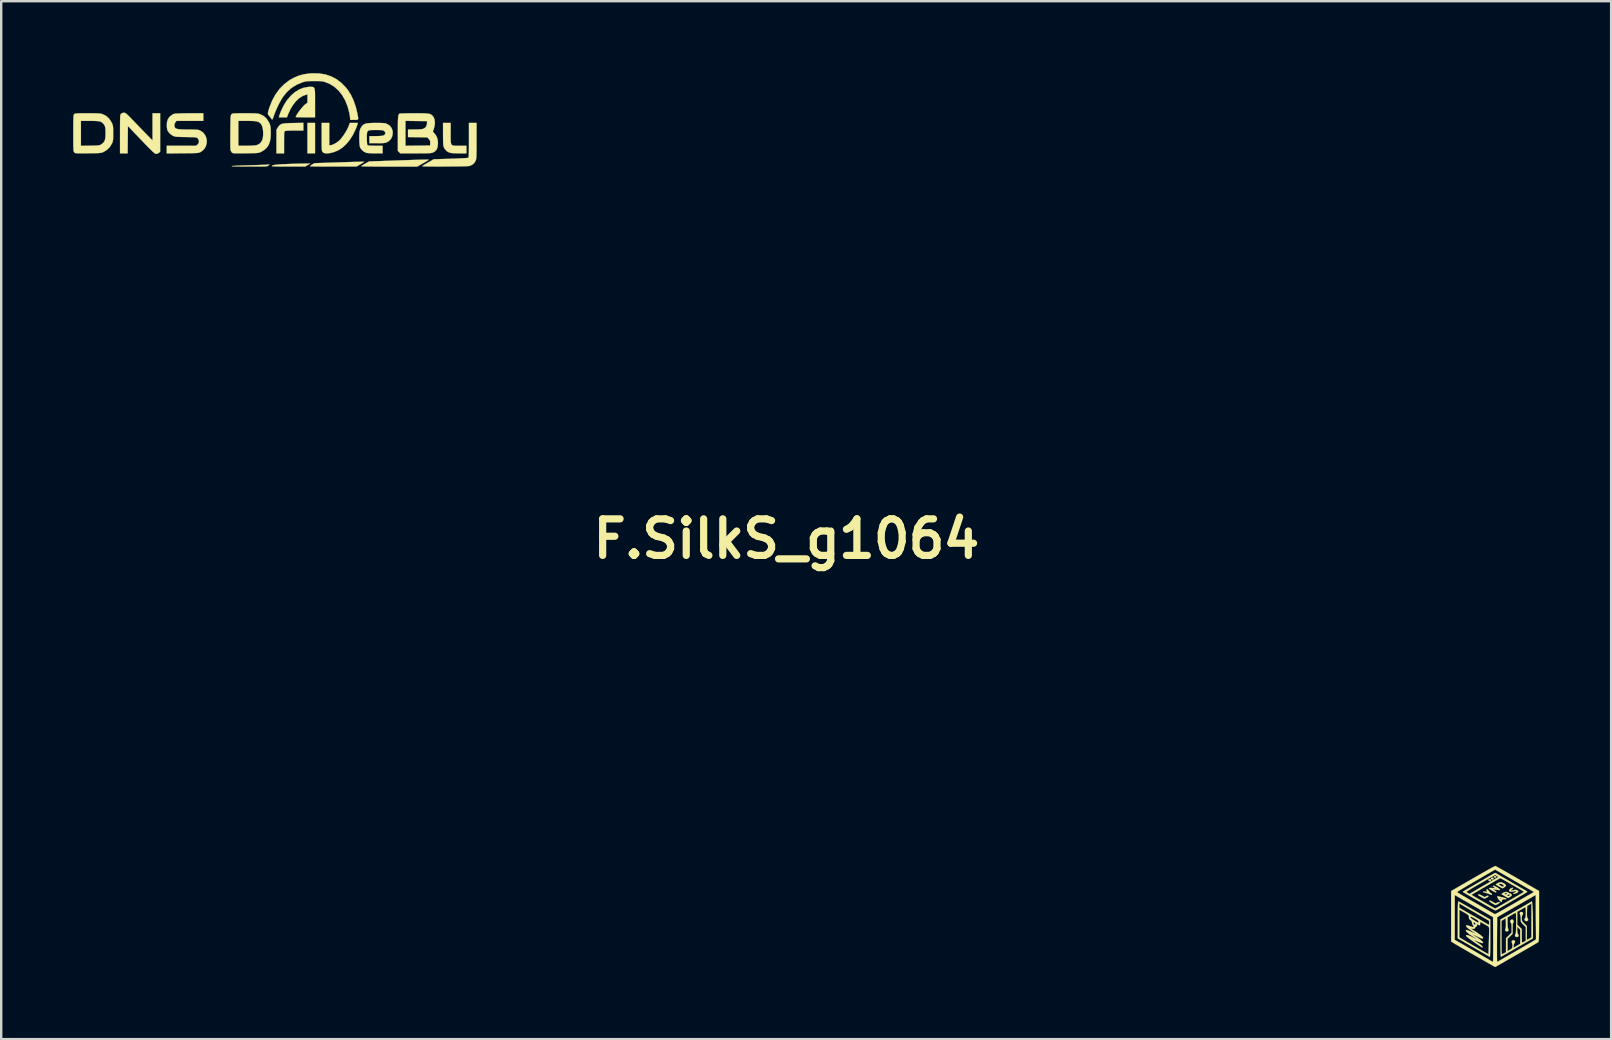
<source format=kicad_pcb>
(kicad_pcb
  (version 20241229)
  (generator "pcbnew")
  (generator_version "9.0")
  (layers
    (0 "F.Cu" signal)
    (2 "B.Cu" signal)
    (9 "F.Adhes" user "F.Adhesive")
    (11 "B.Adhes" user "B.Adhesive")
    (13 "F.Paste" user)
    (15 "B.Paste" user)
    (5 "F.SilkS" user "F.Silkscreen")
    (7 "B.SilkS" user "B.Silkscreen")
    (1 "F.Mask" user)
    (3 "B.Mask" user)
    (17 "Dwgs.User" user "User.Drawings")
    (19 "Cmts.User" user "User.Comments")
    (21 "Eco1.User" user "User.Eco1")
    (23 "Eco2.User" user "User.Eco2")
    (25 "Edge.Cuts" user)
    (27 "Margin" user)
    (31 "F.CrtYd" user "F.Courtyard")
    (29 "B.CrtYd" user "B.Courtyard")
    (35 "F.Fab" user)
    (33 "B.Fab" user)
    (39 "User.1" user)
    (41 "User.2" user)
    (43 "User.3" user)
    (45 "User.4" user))
  (footprint "F.SilkS_g1064"
    (layer "F.Cu")
    (at 29.723 19.408)
    (property "Reference" "F.SilkS_g1064" (at 0 0 0) (layer "F.SilkS") (effects (font (size 1.524 1.524) (thickness 0.3))))
    (attr through_hole)
    (fp_poly (pts (xy -19.643 -16.066) (xy -19.96 -16.066) (xy -19.96 -17.335) (xy -19.643 -17.335) (xy -19.643 -16.066)) (stroke (width 0.01) (type solid)) (fill yes) (layer "F.SilkS"))
    (fp_poly (pts (xy 29.581 14.066) (xy 29.591 14.086) (xy 29.573 14.112) (xy 29.538 14.118) (xy 29.496 14.107) (xy 29.485 14.086) (xy 29.504 14.061) (xy 29.538 14.055) (xy 29.581 14.066)) (stroke (width 0.01) (type solid)) (fill yes) (layer "F.SilkS"))
    (fp_poly (pts (xy 29.357 14.193) (xy 29.373 14.219) (xy 29.357 14.246) (xy 29.356 14.247) (xy 29.324 14.264) (xy 29.316 14.266) (xy 29.291 14.256) (xy 29.276 14.247) (xy 29.258 14.22) (xy 29.273 14.194) (xy 29.314 14.182) (xy 29.316 14.182) (xy 29.357 14.193)) (stroke (width 0.01) (type solid)) (fill yes) (layer "F.SilkS"))
    (fp_poly (pts (xy 29.463 14.13) (xy 29.479 14.155) (xy 29.463 14.183) (xy 29.461 14.184) (xy 29.43 14.2) (xy 29.422 14.202) (xy 29.397 14.192) (xy 29.382 14.184) (xy 29.364 14.157) (xy 29.379 14.131) (xy 29.419 14.118) (xy 29.422 14.118) (xy 29.463 14.13)) (stroke (width 0.01) (type solid)) (fill yes) (layer "F.SilkS"))
    (fp_poly (pts (xy 28.925 14.836) (xy 28.978 14.863) (xy 29.104 14.932) (xy 29.169 14.893) (xy 29.219 14.872) (xy 29.253 14.872) (xy 29.263 14.888) (xy 29.242 14.916) (xy 29.227 14.927) (xy 29.161 14.967) (xy 29.114 14.986) (xy 29.071 14.983) (xy 29.015 14.957) (xy 28.966 14.929) (xy 28.894 14.887) (xy 28.852 14.86) (xy 28.833 14.844) (xy 28.83 14.833) (xy 28.838 14.82) (xy 28.839 14.818) (xy 28.866 14.813) (xy 28.925 14.836)) (stroke (width 0.01) (type solid)) (fill yes) (layer "F.SilkS"))
    (fp_poly (pts (xy -19.844 -15.641) (xy -20.055 -15.516) (xy -20.749 -15.516) (xy -20.915 -15.516) (xy -21.067 -15.517) (xy -21.2 -15.52) (xy -21.309 -15.523) (xy -21.388 -15.526) (xy -21.433 -15.53) (xy -21.442 -15.533) (xy -21.432 -15.552) (xy -21.402 -15.569) (xy -21.347 -15.582) (xy -21.263 -15.594) (xy -21.148 -15.604) (xy -20.998 -15.613) (xy -20.81 -15.621) (xy -20.65 -15.627) (xy -20.49 -15.632) (xy -20.339 -15.637) (xy -20.207 -15.64) (xy -20.104 -15.641) (xy -20.066 -15.641) (xy -19.844 -15.641)) (stroke (width 0.01) (type solid)) (fill yes) (layer "F.SilkS"))
    (fp_poly (pts (xy 29.348 15.081) (xy 29.401 15.108) (xy 29.45 15.136) (xy 29.511 15.172) (xy 29.549 15.188) (xy 29.579 15.186) (xy 29.613 15.169) (xy 29.614 15.168) (xy 29.67 15.143) (xy 29.715 15.135) (xy 29.738 15.146) (xy 29.739 15.151) (xy 29.722 15.17) (xy 29.682 15.199) (xy 29.631 15.23) (xy 29.584 15.253) (xy 29.556 15.261) (xy 29.53 15.251) (xy 29.479 15.224) (xy 29.423 15.192) (xy 29.353 15.145) (xy 29.309 15.106) (xy 29.296 15.08) (xy 29.316 15.071) (xy 29.317 15.071) (xy 29.348 15.081)) (stroke (width 0.01) (type solid)) (fill yes) (layer "F.SilkS"))
    (fp_poly (pts (xy -20.13 -17.018) (xy -20.491 -17.018) (xy -20.621 -17.017) (xy -20.734 -17.013) (xy -20.822 -17.008) (xy -20.878 -17.001) (xy -20.893 -16.996) (xy -20.906 -16.987) (xy -20.917 -16.971) (xy -20.924 -16.943) (xy -20.929 -16.898) (xy -20.932 -16.83) (xy -20.933 -16.734) (xy -20.934 -16.604) (xy -20.934 -16.52) (xy -20.934 -16.066) (xy -21.251 -16.066) (xy -21.251 -17.052) (xy -21.191 -17.148) (xy -21.153 -17.202) (xy -21.114 -17.245) (xy -21.067 -17.276) (xy -21.008 -17.299) (xy -20.928 -17.314) (xy -20.824 -17.323) (xy -20.688 -17.329) (xy -20.548 -17.331) (xy -20.13 -17.338) (xy -20.13 -17.018)) (stroke (width 0.01) (type solid)) (fill yes) (layer "F.SilkS"))
    (fp_poly (pts (xy -17.595 -15.717) (xy -17.594 -15.717) (xy -17.607 -15.704) (xy -17.65 -15.675) (xy -17.714 -15.635) (xy -17.752 -15.613) (xy -17.918 -15.516) (xy -18.886 -15.516) (xy -19.084 -15.516) (xy -19.268 -15.517) (xy -19.435 -15.518) (xy -19.579 -15.52) (xy -19.697 -15.522) (xy -19.785 -15.525) (xy -19.839 -15.528) (xy -19.854 -15.531) (xy -19.837 -15.55) (xy -19.794 -15.582) (xy -19.762 -15.602) (xy -19.671 -15.657) (xy -18.637 -15.691) (xy -18.432 -15.698) (xy -18.24 -15.704) (xy -18.065 -15.709) (xy -17.912 -15.713) (xy -17.784 -15.716) (xy -17.686 -15.718) (xy -17.621 -15.718) (xy -17.595 -15.717)) (stroke (width 0.01) (type solid)) (fill yes) (layer "F.SilkS"))
    (fp_poly (pts (xy 29.253 14.631) (xy 29.274 14.669) (xy 29.312 14.726) (xy 29.362 14.766) (xy 29.4 14.793) (xy 29.411 14.816) (xy 29.411 14.818) (xy 29.399 14.831) (xy 29.381 14.834) (xy 29.346 14.823) (xy 29.284 14.799) (xy 29.273 14.794) (xy 29.197 14.767) (xy 29.119 14.746) (xy 29.098 14.742) (xy 29.049 14.729) (xy 29.03 14.712) (xy 29.032 14.708) (xy 29.061 14.697) (xy 29.118 14.699) (xy 29.129 14.701) (xy 29.182 14.708) (xy 29.202 14.704) (xy 29.197 14.683) (xy 29.191 14.673) (xy 29.179 14.635) (xy 29.183 14.618) (xy 29.218 14.605) (xy 29.253 14.631)) (stroke (width 0.01) (type solid)) (fill yes) (layer "F.SilkS"))
    (fp_poly (pts (xy -13.991 -16.892) (xy -13.992 -16.732) (xy -13.99 -16.61) (xy -13.984 -16.52) (xy -13.969 -16.457) (xy -13.941 -16.417) (xy -13.897 -16.395) (xy -13.833 -16.385) (xy -13.746 -16.382) (xy -13.631 -16.383) (xy -13.616 -16.383) (xy -13.335 -16.383) (xy -13.335 -16.066) (xy -13.647 -16.066) (xy -13.814 -16.07) (xy -13.939 -16.078) (xy -14.022 -16.091) (xy -14.041 -16.096) (xy -14.152 -16.156) (xy -14.235 -16.248) (xy -14.269 -16.309) (xy -14.282 -16.341) (xy -14.291 -16.38) (xy -14.299 -16.429) (xy -14.303 -16.497) (xy -14.306 -16.588) (xy -14.308 -16.71) (xy -14.308 -16.865) (xy -14.309 -17.335) (xy -13.991 -17.335) (xy -13.991 -16.892)) (stroke (width 0.01) (type solid)) (fill yes) (layer "F.SilkS"))
    (fp_poly (pts (xy -21.587 -15.559) (xy -21.602 -15.547) (xy -21.619 -15.538) (xy -21.643 -15.531) (xy -21.68 -15.525) (xy -21.732 -15.521) (xy -21.804 -15.519) (xy -21.902 -15.517) (xy -22.028 -15.516) (xy -22.188 -15.516) (xy -22.385 -15.516) (xy -22.391 -15.516) (xy -22.567 -15.516) (xy -22.725 -15.518) (xy -22.862 -15.52) (xy -22.974 -15.523) (xy -23.056 -15.527) (xy -23.104 -15.53) (xy -23.114 -15.534) (xy -23.085 -15.54) (xy -23.02 -15.545) (xy -22.924 -15.551) (xy -22.803 -15.557) (xy -22.664 -15.562) (xy -22.521 -15.566) (xy -22.358 -15.57) (xy -22.195 -15.575) (xy -22.043 -15.58) (xy -21.91 -15.584) (xy -21.804 -15.589) (xy -21.749 -15.591) (xy -21.537 -15.603) (xy -21.587 -15.559)) (stroke (width 0.01) (type solid)) (fill yes) (layer "F.SilkS"))
    (fp_poly (pts (xy 29.713 14.908) (xy 29.811 14.931) (xy 29.942 14.967) (xy 29.978 14.978) (xy 30.004 14.995) (xy 29.998 15.013) (xy 29.968 15.022) (xy 29.938 15.019) (xy 29.881 15.019) (xy 29.837 15.041) (xy 29.817 15.079) (xy 29.819 15.095) (xy 29.819 15.129) (xy 29.799 15.133) (xy 29.762 15.109) (xy 29.714 15.06) (xy 29.689 15.029) (xy 29.659 14.986) (xy 29.739 14.986) (xy 29.756 15.005) (xy 29.772 15.007) (xy 29.794 14.997) (xy 29.792 14.986) (xy 29.765 14.966) (xy 29.759 14.965) (xy 29.74 14.981) (xy 29.739 14.986) (xy 29.659 14.986) (xy 29.649 14.971) (xy 29.625 14.925) (xy 29.621 14.904) (xy 29.648 14.898) (xy 29.713 14.908)) (stroke (width 0.01) (type solid)) (fill yes) (layer "F.SilkS"))
    (fp_poly (pts (xy 30.289 14.552) (xy 30.28 14.576) (xy 30.245 14.605) (xy 30.234 14.612) (xy 30.2 14.638) (xy 30.202 14.655) (xy 30.233 14.659) (xy 30.279 14.647) (xy 30.353 14.629) (xy 30.419 14.631) (xy 30.469 14.647) (xy 30.497 14.674) (xy 30.5 14.707) (xy 30.469 14.742) (xy 30.428 14.765) (xy 30.357 14.789) (xy 30.308 14.794) (xy 30.29 14.78) (xy 30.29 14.779) (xy 30.307 14.761) (xy 30.35 14.74) (xy 30.353 14.738) (xy 30.397 14.714) (xy 30.416 14.69) (xy 30.409 14.675) (xy 30.373 14.677) (xy 30.369 14.678) (xy 30.263 14.704) (xy 30.184 14.706) (xy 30.135 14.686) (xy 30.12 14.647) (xy 30.138 14.612) (xy 30.18 14.575) (xy 30.232 14.548) (xy 30.267 14.541) (xy 30.289 14.552)) (stroke (width 0.01) (type solid)) (fill yes) (layer "F.SilkS"))
    (fp_poly (pts (xy -14.942 -15.807) (xy -14.919 -15.805) (xy -14.908 -15.802) (xy -14.907 -15.797) (xy -14.913 -15.792) (xy -14.923 -15.785) (xy -14.932 -15.779) (xy -14.967 -15.756) (xy -15.03 -15.718) (xy -15.11 -15.671) (xy -15.179 -15.631) (xy -15.384 -15.515) (xy -16.55 -15.515) (xy -16.768 -15.515) (xy -16.973 -15.516) (xy -17.16 -15.518) (xy -17.327 -15.519) (xy -17.469 -15.521) (xy -17.582 -15.524) (xy -17.663 -15.526) (xy -17.708 -15.529) (xy -17.716 -15.531) (xy -17.699 -15.548) (xy -17.652 -15.579) (xy -17.586 -15.619) (xy -17.552 -15.639) (xy -17.388 -15.73) (xy -16.214 -15.77) (xy -15.943 -15.78) (xy -15.711 -15.787) (xy -15.515 -15.794) (xy -15.353 -15.799) (xy -15.222 -15.803) (xy -15.118 -15.806) (xy -15.039 -15.808) (xy -14.981 -15.808) (xy -14.942 -15.807)) (stroke (width 0.01) (type solid)) (fill yes) (layer "F.SilkS"))
    (fp_poly (pts (xy 29.808 14.317) (xy 29.87 14.34) (xy 29.93 14.376) (xy 29.975 14.414) (xy 29.993 14.446) (xy 29.993 14.446) (xy 29.977 14.473) (xy 29.938 14.509) (xy 29.892 14.542) (xy 29.853 14.561) (xy 29.845 14.562) (xy 29.823 14.552) (xy 29.774 14.527) (xy 29.708 14.49) (xy 29.699 14.485) (xy 29.563 14.408) (xy 29.59 14.386) (xy 29.69 14.386) (xy 29.697 14.404) (xy 29.733 14.434) (xy 29.755 14.449) (xy 29.809 14.482) (xy 29.841 14.495) (xy 29.863 14.492) (xy 29.887 14.477) (xy 29.905 14.458) (xy 29.893 14.435) (xy 29.869 14.414) (xy 29.817 14.386) (xy 29.757 14.372) (xy 29.706 14.377) (xy 29.69 14.386) (xy 29.59 14.386) (xy 29.611 14.369) (xy 29.695 14.322) (xy 29.782 14.312) (xy 29.808 14.317)) (stroke (width 0.01) (type solid)) (fill yes) (layer "F.SilkS"))
    (fp_poly (pts (xy -19.05 -16.404) (xy -19.002 -16.404) (xy -18.936 -16.418) (xy -18.851 -16.454) (xy -18.759 -16.506) (xy -18.672 -16.567) (xy -18.636 -16.598) (xy -18.557 -16.683) (xy -18.471 -16.795) (xy -18.387 -16.922) (xy -18.312 -17.051) (xy -18.255 -17.169) (xy -18.246 -17.194) (xy -18.193 -17.335) (xy -18.026 -17.335) (xy -17.86 -17.335) (xy -17.875 -17.277) (xy -17.89 -17.229) (xy -17.916 -17.157) (xy -17.949 -17.076) (xy -17.951 -17.071) (xy -18.059 -16.846) (xy -18.186 -16.643) (xy -18.329 -16.467) (xy -18.482 -16.321) (xy -18.643 -16.212) (xy -18.691 -16.187) (xy -18.836 -16.127) (xy -18.974 -16.087) (xy -19.099 -16.067) (xy -19.205 -16.067) (xy -19.286 -16.089) (xy -19.321 -16.114) (xy -19.335 -16.13) (xy -19.346 -16.148) (xy -19.354 -16.174) (xy -19.359 -16.213) (xy -19.363 -16.269) (xy -19.366 -16.348) (xy -19.367 -16.454) (xy -19.367 -16.593) (xy -19.367 -16.749) (xy -19.367 -17.335) (xy -19.05 -17.335) (xy -19.05 -16.404)) (stroke (width 0.01) (type solid)) (fill yes) (layer "F.SilkS"))
    (fp_poly (pts (xy 29.51 14.467) (xy 29.563 14.492) (xy 29.624 14.527) (xy 29.681 14.564) (xy 29.725 14.598) (xy 29.746 14.622) (xy 29.746 14.628) (xy 29.715 14.635) (xy 29.656 14.633) (xy 29.602 14.626) (xy 29.534 14.617) (xy 29.486 14.613) (xy 29.469 14.614) (xy 29.479 14.629) (xy 29.517 14.652) (xy 29.526 14.657) (xy 29.572 14.688) (xy 29.591 14.715) (xy 29.579 14.73) (xy 29.565 14.732) (xy 29.534 14.722) (xy 29.479 14.696) (xy 29.41 14.659) (xy 29.405 14.656) (xy 29.343 14.617) (xy 29.3 14.583) (xy 29.294 14.573) (xy 29.57 14.573) (xy 29.58 14.584) (xy 29.591 14.573) (xy 29.58 14.563) (xy 29.57 14.573) (xy 29.294 14.573) (xy 29.286 14.561) (xy 29.286 14.559) (xy 29.315 14.549) (xy 29.378 14.547) (xy 29.429 14.551) (xy 29.559 14.565) (xy 29.501 14.527) (xy 29.455 14.491) (xy 29.445 14.466) (xy 29.471 14.457) (xy 29.473 14.457) (xy 29.51 14.467)) (stroke (width 0.01) (type solid)) (fill yes) (layer "F.SilkS"))
    (fp_poly (pts (xy -27.583 -17.757) (xy -27.556 -17.749) (xy -27.525 -17.73) (xy -27.484 -17.698) (xy -27.431 -17.648) (xy -27.359 -17.576) (xy -27.265 -17.479) (xy -27.213 -17.425) (xy -27.099 -17.307) (xy -26.977 -17.18) (xy -26.855 -17.054) (xy -26.744 -16.939) (xy -26.655 -16.849) (xy -26.416 -16.605) (xy -26.416 -17.171) (xy -26.416 -17.738) (xy -26.099 -17.738) (xy -26.099 -16.136) (xy -26.147 -16.09) (xy -26.211 -16.054) (xy -26.263 -16.044) (xy -26.282 -16.047) (xy -26.306 -16.057) (xy -26.336 -16.076) (xy -26.375 -16.109) (xy -26.427 -16.156) (xy -26.495 -16.223) (xy -26.582 -16.31) (xy -26.691 -16.421) (xy -26.824 -16.56) (xy -26.886 -16.624) (xy -27.443 -17.204) (xy -27.448 -16.635) (xy -27.454 -16.066) (xy -27.771 -16.066) (xy -27.771 -16.87) (xy -27.771 -17.076) (xy -27.77 -17.243) (xy -27.769 -17.377) (xy -27.768 -17.481) (xy -27.765 -17.56) (xy -27.762 -17.616) (xy -27.757 -17.656) (xy -27.75 -17.683) (xy -27.742 -17.7) (xy -27.732 -17.713) (xy -27.728 -17.717) (xy -27.666 -17.751) (xy -27.61 -17.759) (xy -27.583 -17.757)) (stroke (width 0.01) (type solid)) (fill yes) (layer "F.SilkS"))
    (fp_poly (pts (xy -19.749 -18.836) (xy -19.713 -18.827) (xy -19.686 -18.806) (xy -19.667 -18.77) (xy -19.655 -18.714) (xy -19.647 -18.634) (xy -19.644 -18.526) (xy -19.643 -18.385) (xy -19.643 -18.206) (xy -19.643 -18.165) (xy -19.643 -17.568) (xy -20.045 -17.568) (xy -20.17 -17.569) (xy -20.279 -17.57) (xy -20.366 -17.573) (xy -20.424 -17.576) (xy -20.447 -17.58) (xy -20.447 -17.58) (xy -20.434 -17.623) (xy -20.397 -17.689) (xy -20.344 -17.77) (xy -20.279 -17.858) (xy -20.209 -17.946) (xy -20.141 -18.025) (xy -20.079 -18.088) (xy -20.034 -18.124) (xy -19.961 -18.172) (xy -19.96 -18.347) (xy -19.96 -18.522) (xy -20.018 -18.509) (xy -20.163 -18.456) (xy -20.305 -18.365) (xy -20.439 -18.239) (xy -20.563 -18.084) (xy -20.672 -17.903) (xy -20.756 -17.718) (xy -20.815 -17.568) (xy -21.15 -17.568) (xy -21.136 -17.627) (xy -21.12 -17.675) (xy -21.094 -17.747) (xy -21.062 -17.828) (xy -21.059 -17.833) (xy -20.943 -18.075) (xy -20.807 -18.287) (xy -20.654 -18.467) (xy -20.487 -18.615) (xy -20.308 -18.726) (xy -20.119 -18.801) (xy -19.923 -18.836) (xy -19.854 -18.838) (xy -19.795 -18.838) (xy -19.749 -18.836)) (stroke (width 0.01) (type solid)) (fill yes) (layer "F.SilkS"))
    (fp_poly (pts (xy 30.083 14.74) (xy 30.085 14.743) (xy 30.126 14.769) (xy 30.149 14.774) (xy 30.189 14.788) (xy 30.215 14.808) (xy 30.237 14.841) (xy 30.224 14.872) (xy 30.223 14.873) (xy 30.193 14.899) (xy 30.147 14.929) (xy 30.102 14.954) (xy 30.074 14.964) (xy 30.074 14.964) (xy 30.054 14.954) (xy 30.007 14.927) (xy 29.944 14.89) (xy 29.94 14.888) (xy 29.891 14.858) (xy 30.036 14.858) (xy 30.053 14.877) (xy 30.056 14.879) (xy 30.091 14.886) (xy 30.129 14.876) (xy 30.152 14.855) (xy 30.151 14.837) (xy 30.118 14.818) (xy 30.068 14.831) (xy 30.057 14.838) (xy 30.036 14.858) (xy 29.891 14.858) (xy 29.876 14.849) (xy 29.828 14.82) (xy 29.806 14.805) (xy 29.806 14.805) (xy 29.817 14.791) (xy 29.817 14.791) (xy 29.939 14.791) (xy 29.939 14.814) (xy 29.965 14.824) (xy 30.002 14.813) (xy 30.031 14.789) (xy 30.035 14.774) (xy 30.019 14.755) (xy 30.009 14.753) (xy 29.966 14.765) (xy 29.939 14.791) (xy 29.817 14.791) (xy 29.854 14.764) (xy 29.869 14.754) (xy 29.951 14.719) (xy 30.026 14.714) (xy 30.083 14.74)) (stroke (width 0.01) (type solid)) (fill yes) (layer "F.SilkS"))
    (fp_poly (pts (xy -12.912 -16.594) (xy -12.912 -16.39) (xy -12.913 -16.224) (xy -12.915 -16.092) (xy -12.917 -15.989) (xy -12.921 -15.911) (xy -12.926 -15.853) (xy -12.933 -15.811) (xy -12.941 -15.782) (xy -12.944 -15.775) (xy -12.99 -15.688) (xy -13.051 -15.624) (xy -13.134 -15.571) (xy -13.155 -15.56) (xy -13.177 -15.552) (xy -13.205 -15.544) (xy -13.242 -15.538) (xy -13.292 -15.534) (xy -13.359 -15.53) (xy -13.447 -15.527) (xy -13.56 -15.525) (xy -13.701 -15.523) (xy -13.876 -15.522) (xy -14.087 -15.52) (xy -14.198 -15.519) (xy -14.397 -15.518) (xy -14.582 -15.518) (xy -14.75 -15.519) (xy -14.895 -15.52) (xy -15.015 -15.522) (xy -15.104 -15.524) (xy -15.159 -15.527) (xy -15.176 -15.53) (xy -15.158 -15.546) (xy -15.11 -15.579) (xy -15.04 -15.623) (xy -14.953 -15.674) (xy -14.938 -15.683) (xy -14.7 -15.819) (xy -13.991 -15.842) (xy -13.821 -15.848) (xy -13.664 -15.854) (xy -13.526 -15.861) (xy -13.41 -15.867) (xy -13.324 -15.873) (xy -13.27 -15.878) (xy -13.256 -15.882) (xy -13.248 -15.896) (xy -13.242 -15.932) (xy -13.237 -15.992) (xy -13.234 -16.079) (xy -13.231 -16.198) (xy -13.23 -16.351) (xy -13.229 -16.542) (xy -13.229 -16.617) (xy -13.229 -17.335) (xy -12.912 -17.335) (xy -12.912 -16.594)) (stroke (width 0.01) (type solid)) (fill yes) (layer "F.SilkS"))
    (fp_poly (pts (xy -19.477 -19.398) (xy -19.215 -19.356) (xy -18.973 -19.276) (xy -18.749 -19.159) (xy -18.544 -19.003) (xy -18.356 -18.809) (xy -18.272 -18.702) (xy -18.146 -18.502) (xy -18.036 -18.268) (xy -17.947 -18.009) (xy -17.879 -17.731) (xy -17.877 -17.719) (xy -17.857 -17.612) (xy -17.846 -17.539) (xy -17.849 -17.495) (xy -17.869 -17.472) (xy -17.909 -17.463) (xy -17.974 -17.462) (xy -18.013 -17.462) (xy -18.182 -17.462) (xy -18.182 -17.527) (xy -18.186 -17.579) (xy -18.198 -17.657) (xy -18.213 -17.744) (xy -18.215 -17.754) (xy -18.287 -18.027) (xy -18.387 -18.274) (xy -18.512 -18.492) (xy -18.661 -18.68) (xy -18.832 -18.836) (xy -19.024 -18.957) (xy -19.202 -19.031) (xy -19.267 -19.051) (xy -19.328 -19.065) (xy -19.393 -19.074) (xy -19.473 -19.079) (xy -19.577 -19.08) (xy -19.685 -19.08) (xy -19.815 -19.079) (xy -19.913 -19.076) (xy -19.989 -19.07) (xy -20.054 -19.06) (xy -20.116 -19.044) (xy -20.182 -19.023) (xy -20.419 -18.922) (xy -20.632 -18.787) (xy -20.82 -18.618) (xy -20.974 -18.427) (xy -21.059 -18.291) (xy -21.148 -18.128) (xy -21.233 -17.951) (xy -21.308 -17.774) (xy -21.348 -17.664) (xy -21.376 -17.584) (xy -21.401 -17.52) (xy -21.418 -17.482) (xy -21.421 -17.477) (xy -21.44 -17.482) (xy -21.47 -17.515) (xy -21.481 -17.531) (xy -21.522 -17.589) (xy -21.563 -17.637) (xy -21.568 -17.642) (xy -21.594 -17.672) (xy -21.607 -17.71) (xy -21.605 -17.762) (xy -21.589 -17.836) (xy -21.557 -17.94) (xy -21.549 -17.967) (xy -21.434 -18.259) (xy -21.292 -18.521) (xy -21.123 -18.752) (xy -20.927 -18.951) (xy -20.707 -19.117) (xy -20.52 -19.221) (xy -20.322 -19.304) (xy -20.12 -19.36) (xy -19.9 -19.393) (xy -19.759 -19.403) (xy -19.477 -19.398)) (stroke (width 0.01) (type solid)) (fill yes) (layer "F.SilkS"))
    (fp_poly (pts (xy -15.319 -17.737) (xy -15.168 -17.736) (xy -15.049 -17.732) (xy -14.957 -17.725) (xy -14.887 -17.714) (xy -14.835 -17.699) (xy -14.794 -17.677) (xy -14.761 -17.649) (xy -14.73 -17.613) (xy -14.715 -17.594) (xy -14.669 -17.502) (xy -14.649 -17.385) (xy -14.654 -17.252) (xy -14.686 -17.114) (xy -14.688 -17.107) (xy -14.733 -16.973) (xy -14.651 -16.879) (xy -14.581 -16.78) (xy -14.539 -16.669) (xy -14.522 -16.536) (xy -14.523 -16.442) (xy -14.54 -16.316) (xy -14.579 -16.221) (xy -14.643 -16.151) (xy -14.719 -16.106) (xy -14.748 -16.095) (xy -14.78 -16.086) (xy -14.822 -16.079) (xy -14.878 -16.074) (xy -14.955 -16.07) (xy -15.055 -16.068) (xy -15.185 -16.067) (xy -15.351 -16.066) (xy -15.447 -16.066) (xy -16.089 -16.066) (xy -16.141 -16.117) (xy -16.192 -16.169) (xy -16.192 -16.382) (xy -15.875 -16.382) (xy -14.848 -16.394) (xy -14.842 -16.493) (xy -14.842 -16.562) (xy -14.86 -16.611) (xy -14.898 -16.662) (xy -14.961 -16.732) (xy -15.769 -16.745) (xy -15.769 -17.06) (xy -15.489 -17.062) (xy -15.371 -17.064) (xy -15.266 -17.07) (xy -15.184 -17.078) (xy -15.136 -17.088) (xy -15.052 -17.138) (xy -14.998 -17.216) (xy -14.977 -17.317) (xy -14.977 -17.319) (xy -14.975 -17.41) (xy -15.425 -17.415) (xy -15.875 -17.421) (xy -15.875 -16.382) (xy -16.192 -16.382) (xy -16.192 -16.891) (xy -16.192 -17.096) (xy -16.191 -17.262) (xy -16.189 -17.394) (xy -16.185 -17.496) (xy -16.18 -17.573) (xy -16.172 -17.63) (xy -16.161 -17.669) (xy -16.148 -17.695) (xy -16.131 -17.714) (xy -16.121 -17.721) (xy -16.094 -17.726) (xy -16.031 -17.729) (xy -15.937 -17.732) (xy -15.817 -17.735) (xy -15.678 -17.737) (xy -15.524 -17.737) (xy -15.508 -17.737) (xy -15.319 -17.737)) (stroke (width 0.01) (type solid)) (fill yes) (layer "F.SilkS"))
    (fp_poly (pts (xy -24.299 -17.42) (xy -25.418 -17.42) (xy -25.462 -17.364) (xy -25.498 -17.289) (xy -25.503 -17.205) (xy -25.485 -17.146) (xy -25.463 -17.118) (xy -25.427 -17.097) (xy -25.372 -17.081) (xy -25.293 -17.07) (xy -25.185 -17.064) (xy -25.043 -17.061) (xy -24.926 -17.06) (xy -24.78 -17.059) (xy -24.67 -17.057) (xy -24.589 -17.053) (xy -24.529 -17.047) (xy -24.484 -17.038) (xy -24.448 -17.025) (xy -24.437 -17.02) (xy -24.322 -16.946) (xy -24.237 -16.848) (xy -24.181 -16.734) (xy -24.155 -16.61) (xy -24.16 -16.484) (xy -24.194 -16.362) (xy -24.259 -16.251) (xy -24.355 -16.159) (xy -24.413 -16.123) (xy -24.439 -16.11) (xy -24.466 -16.099) (xy -24.499 -16.091) (xy -24.544 -16.085) (xy -24.604 -16.08) (xy -24.685 -16.077) (xy -24.793 -16.074) (xy -24.931 -16.072) (xy -25.105 -16.07) (xy -25.162 -16.07) (xy -25.823 -16.063) (xy -25.823 -16.383) (xy -24.598 -16.383) (xy -24.54 -16.433) (xy -24.492 -16.499) (xy -24.48 -16.576) (xy -24.504 -16.653) (xy -24.53 -16.688) (xy -24.547 -16.705) (xy -24.566 -16.718) (xy -24.593 -16.728) (xy -24.633 -16.734) (xy -24.692 -16.739) (xy -24.776 -16.742) (xy -24.891 -16.744) (xy -25.027 -16.747) (xy -25.177 -16.749) (xy -25.291 -16.752) (xy -25.375 -16.756) (xy -25.438 -16.761) (xy -25.484 -16.769) (xy -25.521 -16.78) (xy -25.556 -16.795) (xy -25.58 -16.807) (xy -25.673 -16.871) (xy -25.747 -16.95) (xy -25.749 -16.952) (xy -25.784 -17.008) (xy -25.804 -17.063) (xy -25.815 -17.133) (xy -25.82 -17.201) (xy -25.816 -17.346) (xy -25.787 -17.463) (xy -25.73 -17.561) (xy -25.675 -17.618) (xy -25.61 -17.667) (xy -25.54 -17.705) (xy -25.513 -17.715) (xy -25.467 -17.722) (xy -25.383 -17.727) (xy -25.268 -17.732) (xy -25.127 -17.735) (xy -24.964 -17.737) (xy -24.866 -17.738) (xy -24.299 -17.738) (xy -24.299 -17.42)) (stroke (width 0.01) (type solid)) (fill yes) (layer "F.SilkS"))
    (fp_poly (pts (xy -16.963 -17.334) (xy -16.859 -17.332) (xy -16.782 -17.327) (xy -16.726 -17.32) (xy -16.683 -17.309) (xy -16.648 -17.295) (xy -16.533 -17.223) (xy -16.455 -17.127) (xy -16.412 -17.01) (xy -16.404 -16.921) (xy -16.423 -16.786) (xy -16.478 -16.67) (xy -16.566 -16.578) (xy -16.648 -16.529) (xy -16.688 -16.513) (xy -16.737 -16.502) (xy -16.801 -16.495) (xy -16.889 -16.491) (xy -17.008 -16.489) (xy -17.055 -16.489) (xy -17.378 -16.489) (xy -17.378 -16.785) (xy -17.108 -16.785) (xy -16.973 -16.788) (xy -16.874 -16.795) (xy -16.804 -16.808) (xy -16.759 -16.83) (xy -16.73 -16.862) (xy -16.719 -16.887) (xy -16.714 -16.93) (xy -16.738 -16.972) (xy -16.753 -16.987) (xy -16.775 -17.008) (xy -16.8 -17.022) (xy -16.834 -17.031) (xy -16.886 -17.036) (xy -16.963 -17.039) (xy -17.073 -17.039) (xy -17.097 -17.039) (xy -17.234 -17.039) (xy -17.333 -17.035) (xy -17.403 -17.022) (xy -17.446 -16.996) (xy -17.471 -16.951) (xy -17.481 -16.883) (xy -17.484 -16.786) (xy -17.484 -16.704) (xy -17.482 -16.568) (xy -17.475 -16.474) (xy -17.465 -16.42) (xy -17.458 -16.408) (xy -17.427 -16.397) (xy -17.359 -16.389) (xy -17.251 -16.384) (xy -17.13 -16.383) (xy -16.828 -16.383) (xy -16.828 -16.066) (xy -17.14 -16.067) (xy -17.256 -16.069) (xy -17.362 -16.074) (xy -17.448 -16.08) (xy -17.504 -16.088) (xy -17.515 -16.091) (xy -17.634 -16.154) (xy -17.726 -16.249) (xy -17.741 -16.272) (xy -17.761 -16.309) (xy -17.776 -16.35) (xy -17.785 -16.403) (xy -17.792 -16.477) (xy -17.796 -16.58) (xy -17.798 -16.632) (xy -17.799 -16.794) (xy -17.793 -16.922) (xy -17.777 -17.023) (xy -17.75 -17.104) (xy -17.71 -17.172) (xy -17.701 -17.184) (xy -17.659 -17.234) (xy -17.612 -17.272) (xy -17.554 -17.299) (xy -17.479 -17.317) (xy -17.381 -17.328) (xy -17.253 -17.333) (xy -17.103 -17.335) (xy -16.963 -17.334)) (stroke (width 0.01) (type solid)) (fill yes) (layer "F.SilkS"))
    (fp_poly (pts (xy -22.395 -17.737) (xy -22.265 -17.736) (xy -22.166 -17.734) (xy -22.09 -17.73) (xy -22.033 -17.724) (xy -21.987 -17.715) (xy -21.948 -17.704) (xy -21.922 -17.695) (xy -21.78 -17.621) (xy -21.664 -17.516) (xy -21.572 -17.376) (xy -21.565 -17.364) (xy -21.535 -17.299) (xy -21.515 -17.243) (xy -21.502 -17.184) (xy -21.494 -17.11) (xy -21.489 -17.008) (xy -21.488 -16.978) (xy -21.491 -16.766) (xy -21.517 -16.587) (xy -21.568 -16.437) (xy -21.645 -16.314) (xy -21.75 -16.214) (xy -21.885 -16.133) (xy -21.886 -16.132) (xy -21.923 -16.115) (xy -21.957 -16.101) (xy -21.995 -16.091) (xy -22.041 -16.084) (xy -22.103 -16.079) (xy -22.186 -16.075) (xy -22.295 -16.073) (xy -22.438 -16.07) (xy -22.536 -16.069) (xy -22.7 -16.067) (xy -22.827 -16.066) (xy -22.922 -16.067) (xy -22.991 -16.069) (xy -23.039 -16.073) (xy -23.07 -16.079) (xy -23.091 -16.088) (xy -23.107 -16.101) (xy -23.111 -16.105) (xy -23.146 -16.157) (xy -23.167 -16.218) (xy -23.17 -16.256) (xy -23.172 -16.33) (xy -23.174 -16.436) (xy -23.175 -16.566) (xy -23.175 -16.717) (xy -23.174 -16.881) (xy -23.173 -16.968) (xy -23.172 -17.157) (xy -23.169 -17.308) (xy -23.167 -17.42) (xy -22.839 -17.42) (xy -22.839 -16.383) (xy -22.51 -16.383) (xy -22.387 -16.385) (xy -22.272 -16.389) (xy -22.174 -16.395) (xy -22.103 -16.403) (xy -22.084 -16.407) (xy -21.973 -16.455) (xy -21.889 -16.535) (xy -21.835 -16.643) (xy -21.825 -16.679) (xy -21.806 -16.812) (xy -21.804 -16.949) (xy -21.817 -17.079) (xy -21.844 -17.191) (xy -21.884 -17.275) (xy -21.89 -17.282) (xy -21.931 -17.329) (xy -21.977 -17.363) (xy -22.033 -17.388) (xy -22.107 -17.405) (xy -22.205 -17.415) (xy -22.333 -17.419) (xy -22.468 -17.42) (xy -22.839 -17.42) (xy -23.167 -17.42) (xy -23.167 -17.425) (xy -23.164 -17.514) (xy -23.16 -17.579) (xy -23.155 -17.625) (xy -23.148 -17.656) (xy -23.139 -17.677) (xy -23.128 -17.692) (xy -23.127 -17.693) (xy -23.112 -17.707) (xy -23.095 -17.718) (xy -23.068 -17.725) (xy -23.027 -17.731) (xy -22.967 -17.734) (xy -22.882 -17.736) (xy -22.766 -17.737) (xy -22.616 -17.738) (xy -22.561 -17.738) (xy -22.395 -17.737)) (stroke (width 0.01) (type solid)) (fill yes) (layer "F.SilkS"))
    (fp_poly (pts (xy -28.954 -17.737) (xy -28.825 -17.736) (xy -28.726 -17.734) (xy -28.651 -17.73) (xy -28.593 -17.724) (xy -28.548 -17.715) (xy -28.508 -17.704) (xy -28.484 -17.695) (xy -28.342 -17.622) (xy -28.227 -17.517) (xy -28.135 -17.379) (xy -28.126 -17.362) (xy -28.099 -17.306) (xy -28.081 -17.26) (xy -28.068 -17.215) (xy -28.061 -17.161) (xy -28.058 -17.089) (xy -28.056 -16.99) (xy -28.056 -16.902) (xy -28.057 -16.778) (xy -28.059 -16.686) (xy -28.064 -16.62) (xy -28.073 -16.569) (xy -28.086 -16.525) (xy -28.106 -16.479) (xy -28.112 -16.468) (xy -28.203 -16.322) (xy -28.325 -16.205) (xy -28.447 -16.131) (xy -28.484 -16.114) (xy -28.519 -16.101) (xy -28.557 -16.091) (xy -28.605 -16.084) (xy -28.667 -16.079) (xy -28.752 -16.075) (xy -28.863 -16.073) (xy -29.008 -16.07) (xy -29.097 -16.069) (xy -29.261 -16.067) (xy -29.388 -16.066) (xy -29.483 -16.067) (xy -29.552 -16.069) (xy -29.6 -16.073) (xy -29.631 -16.079) (xy -29.652 -16.088) (xy -29.668 -16.1) (xy -29.674 -16.106) (xy -29.686 -16.119) (xy -29.695 -16.135) (xy -29.702 -16.158) (xy -29.708 -16.193) (xy -29.712 -16.243) (xy -29.715 -16.314) (xy -29.717 -16.41) (xy -29.717 -16.534) (xy -29.718 -16.692) (xy -29.718 -16.888) (xy -29.718 -16.909) (xy -29.718 -17.109) (xy -29.717 -17.271) (xy -29.716 -17.399) (xy -29.716 -17.42) (xy -29.401 -17.42) (xy -29.401 -16.38) (xy -29.013 -16.387) (xy -28.875 -16.389) (xy -28.773 -16.392) (xy -28.699 -16.397) (xy -28.647 -16.403) (xy -28.609 -16.413) (xy -28.578 -16.426) (xy -28.547 -16.445) (xy -28.54 -16.45) (xy -28.475 -16.501) (xy -28.428 -16.559) (xy -28.398 -16.633) (xy -28.381 -16.73) (xy -28.375 -16.857) (xy -28.374 -16.912) (xy -28.377 -17.04) (xy -28.386 -17.135) (xy -28.404 -17.206) (xy -28.434 -17.262) (xy -28.478 -17.314) (xy -28.494 -17.329) (xy -28.532 -17.36) (xy -28.575 -17.384) (xy -28.629 -17.4) (xy -28.702 -17.411) (xy -28.798 -17.417) (xy -28.926 -17.42) (xy -29.031 -17.42) (xy -29.401 -17.42) (xy -29.716 -17.42) (xy -29.714 -17.497) (xy -29.712 -17.571) (xy -29.708 -17.623) (xy -29.702 -17.658) (xy -29.695 -17.681) (xy -29.686 -17.696) (xy -29.679 -17.703) (xy -29.663 -17.714) (xy -29.637 -17.722) (xy -29.596 -17.728) (xy -29.536 -17.733) (xy -29.452 -17.736) (xy -29.337 -17.737) (xy -29.187 -17.738) (xy -29.119 -17.738) (xy -28.954 -17.737)) (stroke (width 0.01) (type solid)) (fill yes) (layer "F.SilkS"))
    (fp_poly (pts (xy 29.9 14.128) (xy 30.025 14.201) (xy 30.15 14.274) (xy 30.267 14.342) (xy 30.365 14.399) (xy 30.427 14.435) (xy 30.525 14.492) (xy 30.631 14.553) (xy 30.724 14.606) (xy 30.739 14.614) (xy 30.807 14.653) (xy 30.857 14.686) (xy 30.881 14.705) (xy 30.882 14.707) (xy 30.864 14.721) (xy 30.815 14.753) (xy 30.738 14.801) (xy 30.638 14.86) (xy 30.521 14.929) (xy 30.391 15.005) (xy 30.39 15.006) (xy 30.249 15.087) (xy 30.113 15.167) (xy 29.986 15.241) (xy 29.877 15.305) (xy 29.792 15.355) (xy 29.746 15.382) (xy 29.672 15.425) (xy 29.61 15.46) (xy 29.571 15.481) (xy 29.566 15.484) (xy 29.54 15.477) (xy 29.483 15.451) (xy 29.402 15.41) (xy 29.303 15.356) (xy 29.191 15.293) (xy 29.168 15.279) (xy 29.028 15.198) (xy 28.874 15.11) (xy 28.721 15.022) (xy 28.582 14.942) (xy 28.496 14.893) (xy 28.395 14.835) (xy 28.393 14.834) (xy 28.549 14.834) (xy 28.599 14.865) (xy 28.638 14.889) (xy 28.71 14.931) (xy 28.813 14.991) (xy 28.945 15.067) (xy 29.101 15.157) (xy 29.278 15.26) (xy 29.379 15.318) (xy 29.452 15.359) (xy 29.508 15.39) (xy 29.541 15.407) (xy 29.545 15.409) (xy 29.565 15.399) (xy 29.615 15.371) (xy 29.69 15.328) (xy 29.784 15.274) (xy 29.884 15.217) (xy 30.008 15.144) (xy 30.136 15.07) (xy 30.256 15) (xy 30.357 14.941) (xy 30.406 14.913) (xy 30.494 14.861) (xy 30.576 14.814) (xy 30.64 14.777) (xy 30.665 14.762) (xy 30.71 14.733) (xy 30.733 14.711) (xy 30.734 14.708) (xy 30.717 14.692) (xy 30.669 14.66) (xy 30.597 14.616) (xy 30.509 14.564) (xy 30.475 14.545) (xy 30.354 14.476) (xy 30.221 14.4) (xy 30.093 14.326) (xy 29.994 14.268) (xy 29.907 14.218) (xy 29.833 14.178) (xy 29.78 14.15) (xy 29.757 14.139) (xy 29.756 14.139) (xy 29.747 14.142) (xy 29.727 14.152) (xy 29.692 14.171) (xy 29.639 14.201) (xy 29.566 14.242) (xy 29.47 14.298) (xy 29.347 14.369) (xy 29.195 14.457) (xy 29.01 14.565) (xy 28.924 14.615) (xy 28.832 14.669) (xy 28.743 14.721) (xy 28.67 14.763) (xy 28.641 14.78) (xy 28.549 14.834) (xy 28.393 14.834) (xy 28.309 14.784) (xy 28.243 14.744) (xy 28.203 14.718) (xy 28.194 14.711) (xy 28.195 14.71) (xy 28.342 14.71) (xy 28.358 14.727) (xy 28.395 14.753) (xy 28.437 14.779) (xy 28.468 14.793) (xy 28.47 14.794) (xy 28.493 14.784) (xy 28.54 14.759) (xy 28.576 14.737) (xy 28.619 14.71) (xy 28.694 14.666) (xy 28.792 14.608) (xy 28.91 14.539) (xy 29.041 14.462) (xy 29.175 14.384) (xy 29.679 14.091) (xy 29.611 14.048) (xy 29.543 14.005) (xy 29.435 14.065) (xy 29.374 14.1) (xy 29.283 14.152) (xy 29.169 14.218) (xy 29.037 14.294) (xy 28.894 14.377) (xy 28.747 14.462) (xy 28.601 14.547) (xy 28.527 14.591) (xy 28.45 14.637) (xy 28.388 14.676) (xy 28.35 14.702) (xy 28.342 14.71) (xy 28.195 14.71) (xy 28.212 14.697) (xy 28.26 14.666) (xy 28.334 14.621) (xy 28.427 14.566) (xy 28.535 14.503) (xy 28.538 14.501) (xy 28.667 14.426) (xy 28.802 14.348) (xy 28.932 14.272) (xy 29.045 14.206) (xy 29.104 14.171) (xy 29.203 14.113) (xy 29.3 14.056) (xy 29.384 14.009) (xy 29.434 13.98) (xy 29.542 13.921) (xy 29.9 14.128)) (stroke (width 0.01) (type solid)) (fill yes) (layer "F.SilkS"))
    (fp_poly (pts (xy 29.555 13.635) (xy 29.578 13.647) (xy 29.634 13.678) (xy 29.72 13.726) (xy 29.831 13.789) (xy 29.964 13.864) (xy 30.116 13.951) (xy 30.282 14.047) (xy 30.459 14.149) (xy 30.475 14.158) (xy 31.369 14.675) (xy 31.369 15.727) (xy 31.369 15.978) (xy 31.368 16.189) (xy 31.367 16.363) (xy 31.365 16.504) (xy 31.362 16.614) (xy 31.359 16.695) (xy 31.354 16.752) (xy 31.349 16.786) (xy 31.343 16.801) (xy 31.343 16.801) (xy 31.316 16.819) (xy 31.259 16.853) (xy 31.18 16.9) (xy 31.085 16.956) (xy 31.03 16.987) (xy 30.872 17.079) (xy 30.707 17.174) (xy 30.539 17.271) (xy 30.371 17.367) (xy 30.209 17.461) (xy 30.055 17.549) (xy 29.914 17.63) (xy 29.79 17.702) (xy 29.686 17.761) (xy 29.608 17.806) (xy 29.558 17.834) (xy 29.541 17.843) (xy 29.523 17.833) (xy 29.475 17.806) (xy 29.404 17.766) (xy 29.317 17.717) (xy 29.305 17.71) (xy 28.994 17.531) (xy 28.719 17.373) (xy 28.48 17.236) (xy 28.278 17.119) (xy 28.111 17.023) (xy 27.979 16.946) (xy 27.883 16.89) (xy 27.822 16.853) (xy 27.808 16.844) (xy 27.707 16.781) (xy 27.707 16.713) (xy 27.855 16.713) (xy 28.009 16.8) (xy 28.092 16.847) (xy 28.201 16.909) (xy 28.329 16.983) (xy 28.47 17.064) (xy 28.618 17.15) (xy 28.768 17.237) (xy 28.912 17.321) (xy 29.045 17.398) (xy 29.161 17.466) (xy 29.254 17.521) (xy 29.317 17.559) (xy 29.326 17.564) (xy 29.386 17.599) (xy 29.431 17.623) (xy 29.448 17.63) (xy 29.452 17.61) (xy 29.454 17.552) (xy 29.457 17.46) (xy 29.458 17.338) (xy 29.459 17.236) (xy 29.616 17.236) (xy 29.616 17.377) (xy 29.617 17.49) (xy 29.618 17.573) (xy 29.619 17.621) (xy 29.621 17.632) (xy 29.641 17.622) (xy 29.692 17.593) (xy 29.77 17.55) (xy 29.868 17.494) (xy 29.981 17.429) (xy 30.039 17.396) (xy 30.274 17.26) (xy 30.475 17.144) (xy 30.644 17.047) (xy 30.785 16.965) (xy 30.9 16.898) (xy 30.992 16.845) (xy 31.063 16.803) (xy 31.116 16.772) (xy 31.155 16.749) (xy 31.181 16.733) (xy 31.197 16.722) (xy 31.197 16.722) (xy 31.243 16.69) (xy 31.237 15.765) (xy 31.231 14.84) (xy 30.797 15.09) (xy 30.645 15.178) (xy 30.476 15.275) (xy 30.304 15.374) (xy 30.143 15.467) (xy 30.004 15.547) (xy 29.993 15.553) (xy 29.623 15.767) (xy 29.617 16.699) (xy 29.616 16.894) (xy 29.616 17.074) (xy 29.616 17.236) (xy 29.459 17.236) (xy 29.459 17.191) (xy 29.46 17.024) (xy 29.46 16.839) (xy 29.459 16.698) (xy 29.453 15.764) (xy 28.903 15.446) (xy 28.749 15.357) (xy 28.594 15.267) (xy 28.444 15.181) (xy 28.308 15.102) (xy 28.193 15.036) (xy 28.107 14.986) (xy 28.104 14.985) (xy 27.855 14.842) (xy 27.855 16.713) (xy 27.707 16.713) (xy 27.707 14.719) (xy 27.956 14.719) (xy 27.963 14.728) (xy 27.984 14.744) (xy 28.023 14.769) (xy 28.081 14.805) (xy 28.161 14.853) (xy 28.266 14.914) (xy 28.397 14.991) (xy 28.558 15.085) (xy 28.752 15.196) (xy 28.956 15.314) (xy 29.046 15.366) (xy 29.155 15.429) (xy 29.266 15.494) (xy 29.316 15.523) (xy 29.399 15.571) (xy 29.469 15.609) (xy 29.517 15.634) (xy 29.535 15.641) (xy 29.559 15.631) (xy 29.613 15.604) (xy 29.691 15.561) (xy 29.789 15.506) (xy 29.901 15.443) (xy 29.922 15.431) (xy 30.06 15.351) (xy 30.209 15.266) (xy 30.356 15.181) (xy 30.489 15.104) (xy 30.57 15.057) (xy 30.683 14.991) (xy 30.797 14.926) (xy 30.9 14.866) (xy 30.982 14.82) (xy 30.999 14.81) (xy 31.068 14.771) (xy 31.122 14.74) (xy 31.151 14.723) (xy 31.153 14.721) (xy 31.14 14.709) (xy 31.101 14.683) (xy 31.068 14.664) (xy 31.029 14.641) (xy 30.957 14.6) (xy 30.859 14.544) (xy 30.739 14.475) (xy 30.603 14.396) (xy 30.455 14.311) (xy 30.342 14.246) (xy 30.189 14.158) (xy 30.045 14.074) (xy 29.913 13.998) (xy 29.8 13.933) (xy 29.71 13.881) (xy 29.648 13.845) (xy 29.623 13.831) (xy 29.538 13.783) (xy 28.746 14.242) (xy 28.58 14.338) (xy 28.425 14.429) (xy 28.286 14.512) (xy 28.167 14.583) (xy 28.071 14.642) (xy 28.001 14.686) (xy 27.963 14.712) (xy 27.956 14.719) (xy 27.707 14.719) (xy 27.707 14.678) (xy 28.125 14.436) (xy 28.397 14.279) (xy 28.635 14.142) (xy 28.84 14.024) (xy 29.015 13.924) (xy 29.161 13.841) (xy 29.281 13.774) (xy 29.376 13.721) (xy 29.449 13.682) (xy 29.501 13.656) (xy 29.535 13.64) (xy 29.553 13.635) (xy 29.555 13.635)) (stroke (width 0.01) (type solid)) (fill yes) (layer "F.SilkS"))
    (fp_poly (pts (xy 31.073 15.124) (xy 31.082 15.175) (xy 31.09 15.261) (xy 31.097 15.379) (xy 31.104 15.523) (xy 31.109 15.691) (xy 31.112 15.879) (xy 31.114 16.083) (xy 31.115 16.235) (xy 31.115 16.649) (xy 30.456 17.029) (xy 30.304 17.117) (xy 30.163 17.198) (xy 30.038 17.27) (xy 29.933 17.33) (xy 29.852 17.376) (xy 29.799 17.406) (xy 29.779 17.417) (xy 29.775 17.398) (xy 29.771 17.341) (xy 29.767 17.25) (xy 29.764 17.128) (xy 29.762 16.981) (xy 29.761 16.811) (xy 29.761 16.644) (xy 29.761 15.92) (xy 29.803 15.92) (xy 29.803 16.617) (xy 29.803 16.784) (xy 29.804 16.937) (xy 29.805 17.07) (xy 29.807 17.179) (xy 29.81 17.259) (xy 29.812 17.305) (xy 29.814 17.314) (xy 29.838 17.306) (xy 29.886 17.283) (xy 29.909 17.272) (xy 29.993 17.229) (xy 29.993 16.646) (xy 30.11 16.531) (xy 30.226 16.416) (xy 30.226 16.222) (xy 30.224 16.121) (xy 30.218 16.055) (xy 30.205 16.016) (xy 30.194 16.002) (xy 30.165 15.956) (xy 30.173 15.907) (xy 30.206 15.874) (xy 30.251 15.862) (xy 30.28 15.876) (xy 30.301 15.909) (xy 30.31 15.953) (xy 30.305 15.989) (xy 30.29 16.002) (xy 30.28 16.022) (xy 30.273 16.079) (xy 30.269 16.167) (xy 30.268 16.23) (xy 30.268 16.459) (xy 30.163 16.563) (xy 30.057 16.667) (xy 30.057 17.186) (xy 30.157 17.127) (xy 30.217 17.089) (xy 30.248 17.055) (xy 30.262 17.013) (xy 30.265 16.986) (xy 30.263 16.92) (xy 30.249 16.864) (xy 30.247 16.858) (xy 30.228 16.795) (xy 30.243 16.749) (xy 30.29 16.726) (xy 30.293 16.726) (xy 30.343 16.736) (xy 30.368 16.771) (xy 30.363 16.818) (xy 30.344 16.847) (xy 30.321 16.893) (xy 30.311 16.955) (xy 30.311 16.96) (xy 30.311 17.037) (xy 30.448 16.959) (xy 30.585 16.88) (xy 30.586 16.285) (xy 30.522 16.224) (xy 30.459 16.163) (xy 30.459 16.298) (xy 30.464 16.393) (xy 30.481 16.453) (xy 30.492 16.47) (xy 30.515 16.518) (xy 30.507 16.563) (xy 30.472 16.591) (xy 30.449 16.595) (xy 30.391 16.581) (xy 30.365 16.544) (xy 30.375 16.491) (xy 30.382 16.479) (xy 30.394 16.455) (xy 30.403 16.419) (xy 30.409 16.366) (xy 30.413 16.291) (xy 30.416 16.187) (xy 30.416 16.048) (xy 30.416 16.003) (xy 30.416 15.874) (xy 30.414 15.761) (xy 30.411 15.67) (xy 30.408 15.607) (xy 30.403 15.58) (xy 30.402 15.579) (xy 30.379 15.589) (xy 30.328 15.616) (xy 30.259 15.655) (xy 30.223 15.676) (xy 30.057 15.773) (xy 30.057 15.994) (xy 30.059 16.1) (xy 30.066 16.185) (xy 30.076 16.241) (xy 30.081 16.253) (xy 30.096 16.306) (xy 30.076 16.346) (xy 30.026 16.362) (xy 30.025 16.362) (xy 29.974 16.347) (xy 29.955 16.307) (xy 29.97 16.25) (xy 29.97 16.249) (xy 29.983 16.201) (xy 29.989 16.118) (xy 29.989 16.009) (xy 29.989 16.007) (xy 29.983 15.812) (xy 29.893 15.866) (xy 29.803 15.92) (xy 29.761 15.92) (xy 29.761 15.864) (xy 29.914 15.778) (xy 30.018 15.719) (xy 30.138 15.65) (xy 30.268 15.575) (xy 30.326 15.542) (xy 30.459 15.542) (xy 30.459 16.078) (xy 30.649 16.265) (xy 30.649 16.546) (xy 30.65 16.65) (xy 30.652 16.736) (xy 30.655 16.798) (xy 30.658 16.826) (xy 30.659 16.828) (xy 30.683 16.819) (xy 30.729 16.799) (xy 30.744 16.792) (xy 30.819 16.756) (xy 30.819 16.18) (xy 30.713 16.076) (xy 30.658 16.02) (xy 30.626 15.979) (xy 30.611 15.937) (xy 30.607 15.879) (xy 30.607 15.832) (xy 30.604 15.757) (xy 30.595 15.698) (xy 30.584 15.67) (xy 30.569 15.633) (xy 30.568 15.597) (xy 30.587 15.557) (xy 30.626 15.547) (xy 30.68 15.561) (xy 30.705 15.597) (xy 30.697 15.642) (xy 30.685 15.658) (xy 30.659 15.712) (xy 30.649 15.798) (xy 30.649 15.814) (xy 30.651 15.877) (xy 30.661 15.921) (xy 30.686 15.962) (xy 30.733 16.012) (xy 30.755 16.034) (xy 30.861 16.138) (xy 30.861 16.719) (xy 31.052 16.612) (xy 31.052 15.195) (xy 30.962 15.249) (xy 30.872 15.302) (xy 30.866 15.536) (xy 30.864 15.646) (xy 30.867 15.722) (xy 30.874 15.775) (xy 30.888 15.811) (xy 30.895 15.822) (xy 30.917 15.865) (xy 30.911 15.896) (xy 30.902 15.908) (xy 30.858 15.933) (xy 30.807 15.926) (xy 30.769 15.892) (xy 30.759 15.854) (xy 30.783 15.816) (xy 30.8 15.789) (xy 30.811 15.747) (xy 30.817 15.681) (xy 30.819 15.584) (xy 30.819 15.561) (xy 30.818 15.471) (xy 30.815 15.4) (xy 30.811 15.356) (xy 30.808 15.346) (xy 30.786 15.356) (xy 30.736 15.382) (xy 30.667 15.421) (xy 30.628 15.444) (xy 30.459 15.542) (xy 30.326 15.542) (xy 30.404 15.497) (xy 30.539 15.419) (xy 30.669 15.344) (xy 30.789 15.274) (xy 30.894 15.213) (xy 30.978 15.163) (xy 31.036 15.129) (xy 31.063 15.112) (xy 31.064 15.111) (xy 31.073 15.124)) (stroke (width 0.01) (type solid)) (fill yes) (layer "F.SilkS"))
    (fp_poly (pts (xy 28.032 15.123) (xy 28.087 15.152) (xy 28.167 15.195) (xy 28.265 15.25) (xy 28.375 15.313) (xy 28.382 15.317) (xy 28.521 15.397) (xy 28.674 15.485) (xy 28.827 15.573) (xy 28.966 15.653) (xy 29.034 15.692) (xy 29.335 15.864) (xy 29.336 16.642) (xy 29.336 16.819) (xy 29.335 16.981) (xy 29.333 17.125) (xy 29.331 17.245) (xy 29.328 17.337) (xy 29.325 17.396) (xy 29.321 17.418) (xy 29.321 17.418) (xy 29.297 17.407) (xy 29.245 17.379) (xy 29.174 17.339) (xy 29.115 17.305) (xy 29.021 17.251) (xy 28.906 17.184) (xy 28.782 17.112) (xy 28.665 17.044) (xy 28.66 17.041) (xy 28.541 16.972) (xy 28.413 16.898) (xy 28.291 16.828) (xy 28.19 16.77) (xy 28.189 16.769) (xy 27.982 16.651) (xy 27.982 16.61) (xy 28.046 16.61) (xy 28.21 16.706) (xy 28.276 16.744) (xy 28.372 16.8) (xy 28.488 16.867) (xy 28.618 16.942) (xy 28.754 17.02) (xy 28.818 17.058) (xy 29.263 17.315) (xy 29.28 16.749) (xy 29.285 16.58) (xy 29.288 16.448) (xy 29.29 16.348) (xy 29.29 16.276) (xy 29.287 16.226) (xy 29.282 16.193) (xy 29.275 16.173) (xy 29.264 16.16) (xy 29.253 16.151) (xy 29.214 16.125) (xy 29.15 16.087) (xy 29.074 16.045) (xy 29.062 16.038) (xy 28.914 15.957) (xy 28.914 16.033) (xy 28.909 16.088) (xy 28.891 16.105) (xy 28.853 16.088) (xy 28.834 16.075) (xy 28.8 16.054) (xy 28.788 16.064) (xy 28.787 16.095) (xy 28.771 16.143) (xy 28.747 16.16) (xy 28.709 16.189) (xy 28.695 16.217) (xy 28.68 16.246) (xy 28.646 16.255) (xy 28.608 16.252) (xy 28.559 16.247) (xy 28.534 16.246) (xy 28.533 16.247) (xy 28.549 16.259) (xy 28.593 16.286) (xy 28.654 16.325) (xy 28.656 16.326) (xy 28.766 16.397) (xy 28.865 16.466) (xy 28.947 16.528) (xy 29.006 16.58) (xy 29.037 16.617) (xy 29.041 16.626) (xy 29.025 16.653) (xy 28.979 16.654) (xy 28.908 16.628) (xy 28.881 16.615) (xy 28.804 16.576) (xy 28.73 16.542) (xy 28.668 16.515) (xy 28.628 16.5) (xy 28.621 16.499) (xy 28.787 16.499) (xy 28.797 16.51) (xy 28.808 16.499) (xy 28.797 16.489) (xy 28.787 16.499) (xy 28.621 16.499) (xy 28.617 16.499) (xy 28.634 16.513) (xy 28.678 16.543) (xy 28.74 16.582) (xy 28.749 16.587) (xy 28.832 16.641) (xy 28.911 16.699) (xy 28.977 16.754) (xy 29.023 16.799) (xy 29.041 16.829) (xy 29.041 16.83) (xy 29.023 16.847) (xy 28.971 16.841) (xy 28.884 16.811) (xy 28.795 16.773) (xy 28.716 16.738) (xy 28.67 16.72) (xy 28.658 16.72) (xy 28.678 16.739) (xy 28.733 16.778) (xy 28.823 16.839) (xy 28.836 16.847) (xy 28.934 16.917) (xy 28.995 16.97) (xy 29.021 17.008) (xy 29.016 17.029) (xy 28.994 17.022) (xy 28.946 16.995) (xy 28.876 16.951) (xy 28.792 16.895) (xy 28.699 16.831) (xy 28.604 16.765) (xy 28.53 16.711) (xy 28.808 16.711) (xy 28.818 16.722) (xy 28.829 16.711) (xy 28.818 16.701) (xy 28.808 16.711) (xy 28.53 16.711) (xy 28.514 16.7) (xy 28.466 16.664) (xy 28.578 16.664) (xy 28.584 16.676) (xy 28.605 16.699) (xy 28.617 16.694) (xy 28.617 16.691) (xy 28.602 16.673) (xy 28.593 16.667) (xy 28.578 16.664) (xy 28.466 16.664) (xy 28.444 16.648) (xy 28.533 16.648) (xy 28.543 16.658) (xy 28.554 16.648) (xy 28.543 16.637) (xy 28.533 16.648) (xy 28.444 16.648) (xy 28.435 16.641) (xy 28.373 16.593) (xy 28.334 16.559) (xy 28.325 16.547) (xy 28.332 16.517) (xy 28.371 16.512) (xy 28.441 16.532) (xy 28.545 16.575) (xy 28.601 16.603) (xy 28.68 16.641) (xy 28.742 16.67) (xy 28.779 16.687) (xy 28.787 16.688) (xy 28.77 16.675) (xy 28.725 16.645) (xy 28.66 16.604) (xy 28.623 16.58) (xy 28.498 16.498) (xy 28.471 16.478) (xy 28.575 16.478) (xy 28.586 16.489) (xy 28.596 16.478) (xy 28.586 16.468) (xy 28.575 16.478) (xy 28.471 16.478) (xy 28.404 16.428) (xy 28.345 16.372) (xy 28.321 16.332) (xy 28.321 16.328) (xy 28.328 16.306) (xy 28.353 16.301) (xy 28.401 16.313) (xy 28.476 16.344) (xy 28.581 16.394) (xy 28.659 16.432) (xy 28.709 16.454) (xy 28.729 16.461) (xy 28.718 16.449) (xy 28.675 16.417) (xy 28.599 16.364) (xy 28.512 16.304) (xy 28.414 16.233) (xy 28.352 16.176) (xy 28.323 16.135) (xy 28.33 16.111) (xy 28.37 16.108) (xy 28.445 16.126) (xy 28.512 16.15) (xy 28.591 16.177) (xy 28.634 16.179) (xy 28.644 16.158) (xy 28.621 16.113) (xy 28.618 16.108) (xy 28.588 16.048) (xy 28.575 15.99) (xy 28.639 15.99) (xy 28.649 16.047) (xy 28.676 16.082) (xy 28.694 16.087) (xy 28.719 16.069) (xy 28.723 16.049) (xy 28.707 16.01) (xy 28.681 15.986) (xy 28.649 15.97) (xy 28.639 15.982) (xy 28.639 15.99) (xy 28.575 15.99) (xy 28.575 15.988) (xy 28.575 15.987) (xy 28.562 15.934) (xy 28.518 15.893) (xy 28.512 15.889) (xy 28.468 15.855) (xy 28.45 15.813) (xy 28.448 15.77) (xy 28.448 15.766) (xy 28.512 15.766) (xy 28.526 15.799) (xy 28.572 15.841) (xy 28.654 15.897) (xy 28.665 15.904) (xy 28.748 15.954) (xy 28.801 15.985) (xy 28.832 15.996) (xy 28.846 15.991) (xy 28.85 15.971) (xy 28.85 15.962) (xy 28.847 15.938) (xy 28.835 15.916) (xy 28.806 15.891) (xy 28.754 15.858) (xy 28.673 15.812) (xy 28.654 15.802) (xy 28.583 15.763) (xy 28.54 15.744) (xy 28.519 15.742) (xy 28.512 15.756) (xy 28.512 15.766) (xy 28.448 15.766) (xy 28.447 15.737) (xy 28.441 15.711) (xy 28.424 15.686) (xy 28.392 15.658) (xy 28.34 15.623) (xy 28.262 15.576) (xy 28.153 15.514) (xy 28.125 15.498) (xy 28.046 15.453) (xy 28.046 16.61) (xy 27.982 16.61) (xy 27.982 15.882) (xy 27.983 15.666) (xy 27.984 15.489) (xy 27.986 15.378) (xy 28.046 15.378) (xy 28.517 15.648) (xy 28.654 15.726) (xy 28.786 15.803) (xy 28.908 15.873) (xy 29.011 15.934) (xy 29.09 15.98) (xy 29.125 16.001) (xy 29.193 16.042) (xy 29.248 16.072) (xy 29.278 16.086) (xy 29.28 16.086) (xy 29.289 16.068) (xy 29.292 16.021) (xy 29.291 16) (xy 29.284 15.913) (xy 28.935 15.712) (xy 28.753 15.607) (xy 28.583 15.509) (xy 28.429 15.42) (xy 28.297 15.342) (xy 28.191 15.281) (xy 28.117 15.237) (xy 28.115 15.235) (xy 28.046 15.194) (xy 28.046 15.378) (xy 27.986 15.378) (xy 27.986 15.35) (xy 27.989 15.245) (xy 27.994 15.172) (xy 27.999 15.129) (xy 28.006 15.113) (xy 28.007 15.113) (xy 28.032 15.123)) (stroke (width 0.01) (type solid)) (fill yes) (layer "F.SilkS")))
  (gr_rect
    (start -3 -3)
    (end 64.097 40.257)
    (stroke (width 0.1) (type default))
    (fill no)
    (layer "Edge.Cuts")))
</source>
